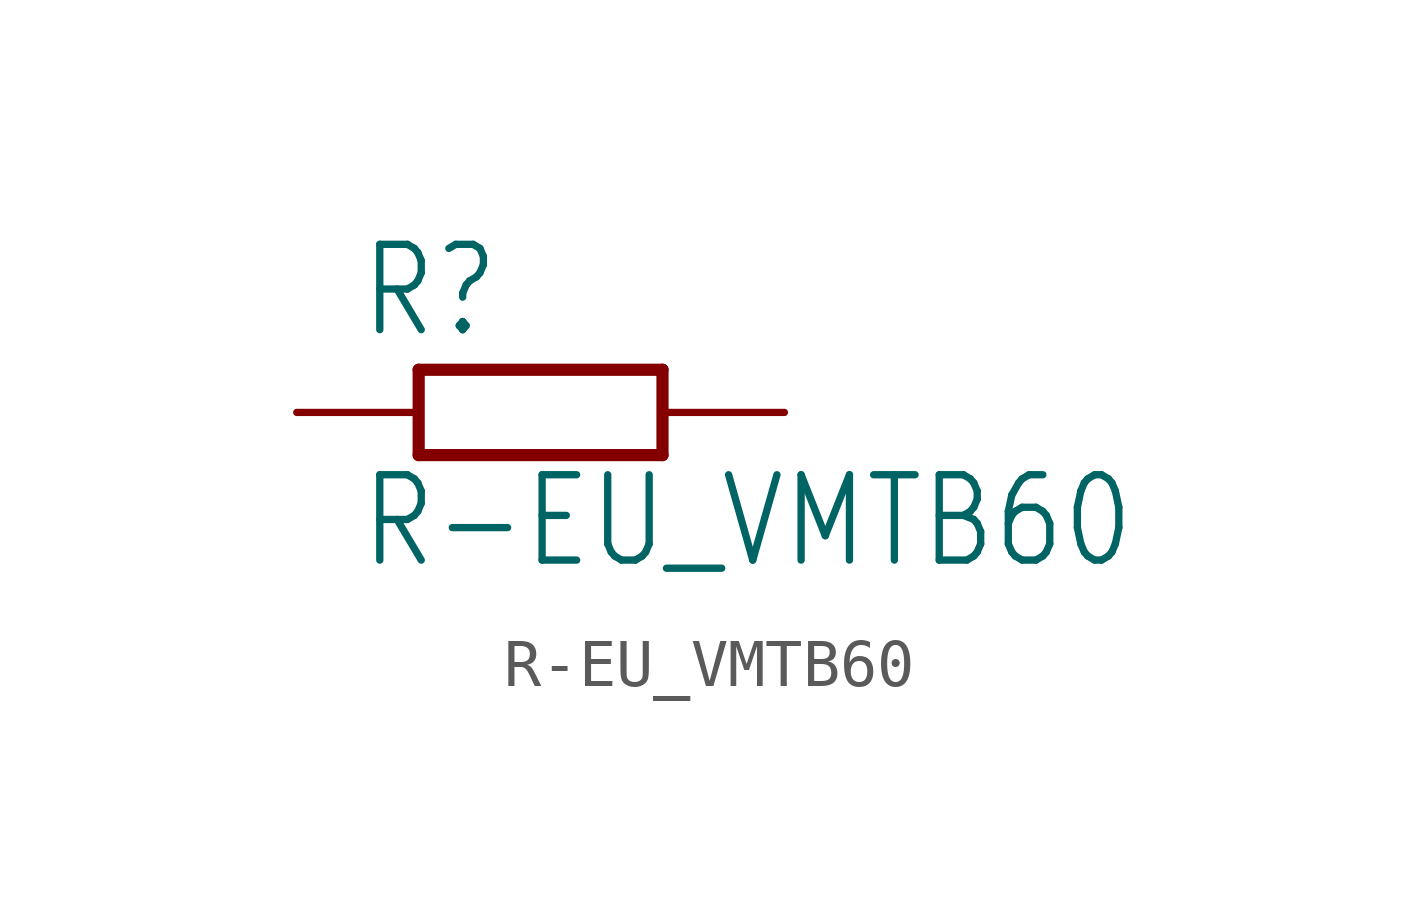
<source format=kicad_sym>
(kicad_symbol_lib
  (version 20210619)
  (generator kicad_symbol_editor)
  (symbol "R-EU_VMTB60"
    (property "Reference" "R"
      (at -3.81 1.499 0)
      (effects (font (size 1.778 1.511)) (justify left bottom)))
    (property "Value" "R-EU_VMTB60"
      (at -3.81 -3.302 0)
      (effects (font (size 1.778 1.511)) (justify left bottom)))
    (property "ki_locked" ""
      (at 0 0 0)
      (effects (font (size 1.27 1.27))))
    (symbol "R-EU_VMTB60_1_0"
      (polyline (pts (xy -2.54 -0.889) (xy -2.54 0.889)) (stroke (width 0.254)) (fill (type none)))
      (polyline (pts (xy -2.54 -0.889) (xy 2.54 -0.889)) (stroke (width 0.254)) (fill (type none)))
      (polyline (pts (xy 2.54 -0.889) (xy 2.54 0.889)) (stroke (width 0.254)) (fill (type none)))
      (polyline (pts (xy 2.54 0.889) (xy -2.54 0.889)) (stroke (width 0.254)) (fill (type none)))
      (pin passive line (at -5.08 0 0) (length 2.54) (name "1" (effects (font (size 0 0)))) (number "1" (effects (font (size 0 0)))))
      (pin passive line (at 5.08 0 180) (length 2.54) (name "2" (effects (font (size 0 0)))) (number "2" (effects (font (size 0 0))))))))
</source>
